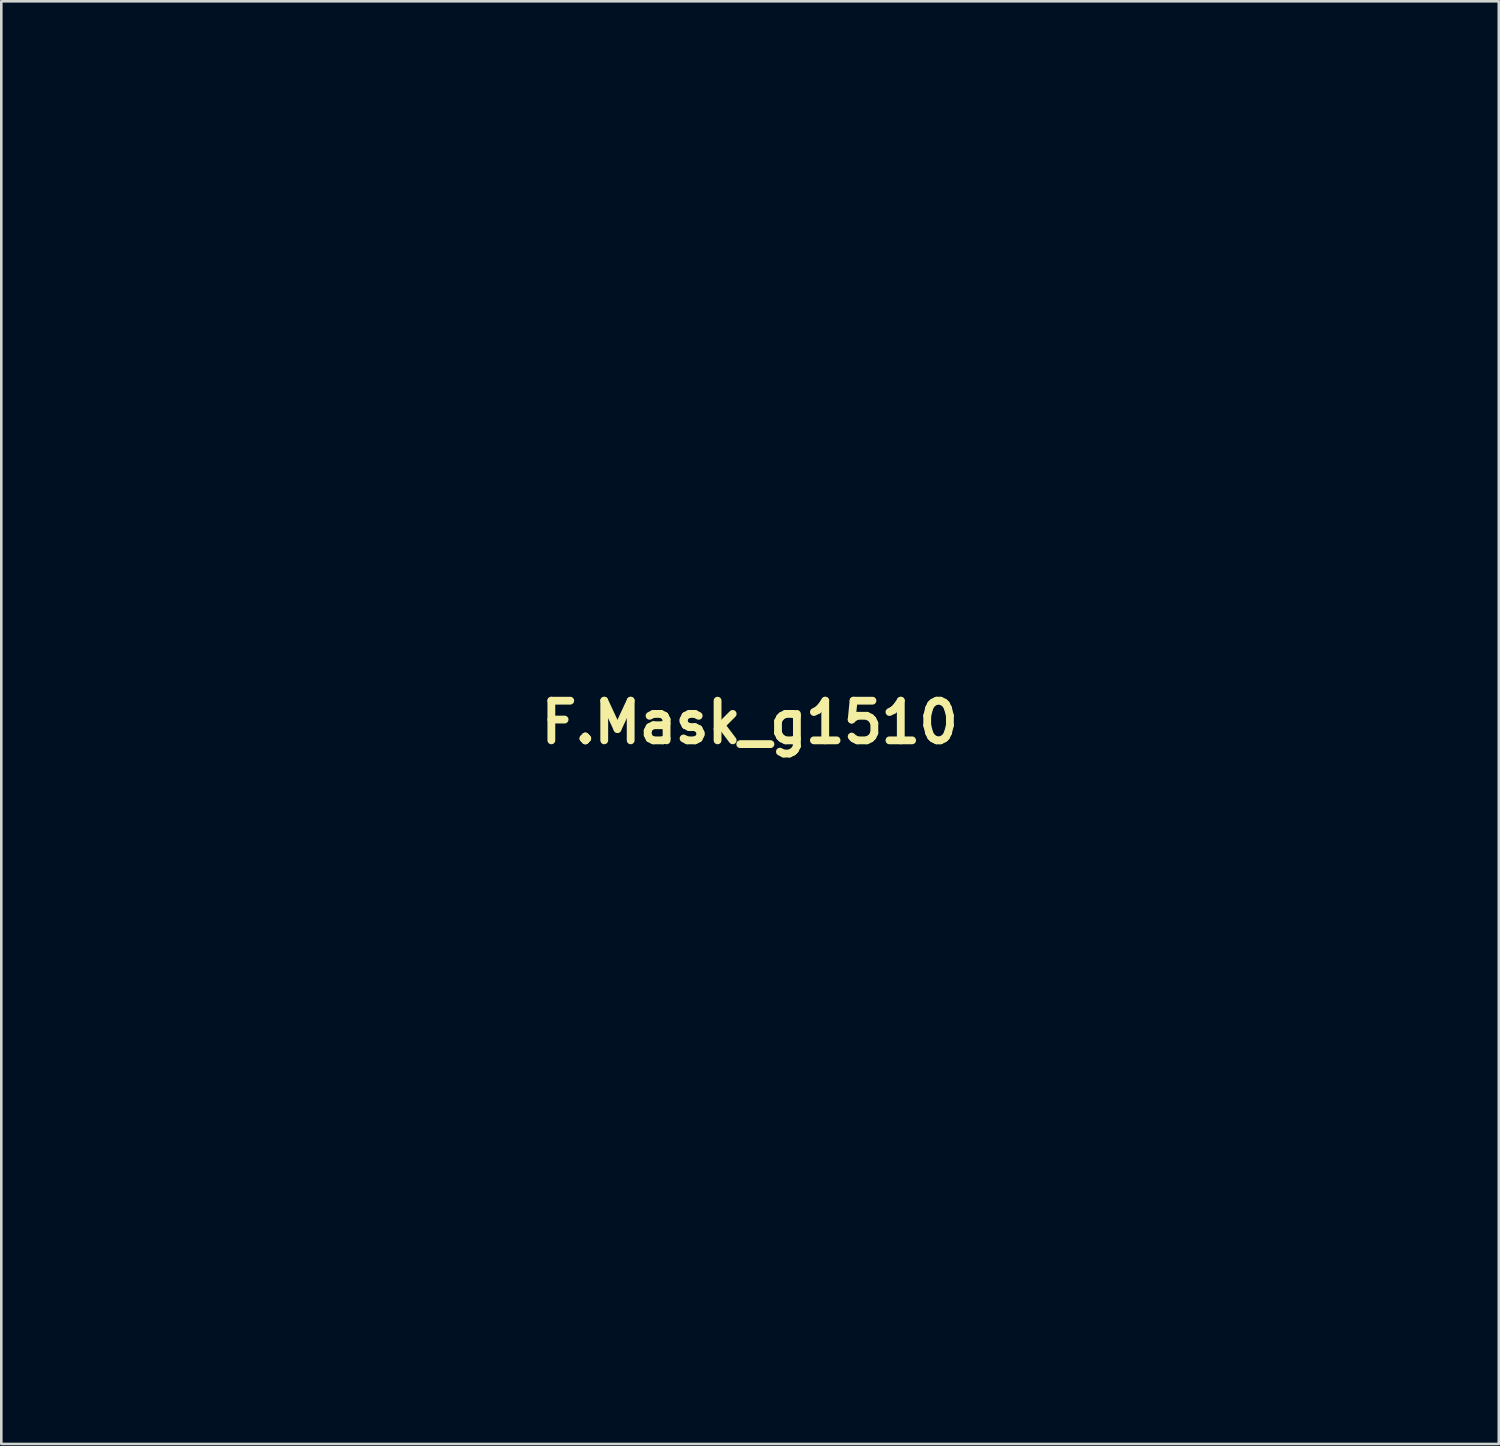
<source format=kicad_pcb>
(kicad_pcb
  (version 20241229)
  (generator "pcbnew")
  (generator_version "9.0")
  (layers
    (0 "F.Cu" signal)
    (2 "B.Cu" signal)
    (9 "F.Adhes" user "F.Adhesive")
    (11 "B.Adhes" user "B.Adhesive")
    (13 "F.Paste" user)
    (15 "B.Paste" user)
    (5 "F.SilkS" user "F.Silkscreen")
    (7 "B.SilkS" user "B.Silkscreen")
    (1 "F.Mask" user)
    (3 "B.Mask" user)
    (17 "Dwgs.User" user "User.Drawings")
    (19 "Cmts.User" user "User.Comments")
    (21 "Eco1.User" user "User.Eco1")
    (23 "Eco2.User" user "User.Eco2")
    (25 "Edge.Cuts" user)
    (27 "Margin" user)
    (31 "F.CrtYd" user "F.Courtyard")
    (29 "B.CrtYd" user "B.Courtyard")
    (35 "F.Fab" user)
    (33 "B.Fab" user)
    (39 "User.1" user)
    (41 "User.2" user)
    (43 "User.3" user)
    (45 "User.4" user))
  (footprint "F.Mask_g1510"
    (layer "F.Cu")
    (at 25.754 24.706)
    (property "Reference" "F.Mask_g1510" (at 0 0 0) (layer "F.SilkS") (effects (font (size 1.524 1.524) (thickness 0.3))))
    (attr through_hole)
    (fp_poly (pts (xy 6.287 -7.246) (xy 6.322 -7.192) (xy 6.371 -7.114) (xy 6.428 -7.019) (xy 6.491 -6.913) (xy 6.554 -6.802) (xy 6.616 -6.694) (xy 6.67 -6.594) (xy 6.715 -6.509) (xy 6.72 -6.498) (xy 6.822 -6.284) (xy 6.915 -6.064) (xy 6.996 -5.85) (xy 7.057 -5.657) (xy 7.062 -5.639) (xy 7.087 -5.542) (xy 7.104 -5.459) (xy 7.113 -5.374) (xy 7.118 -5.276) (xy 7.119 -5.149) (xy 7.119 -5.144) (xy 7.108 -4.902) (xy 7.075 -4.692) (xy 7.018 -4.51) (xy 6.935 -4.349) (xy 6.825 -4.204) (xy 6.776 -4.153) (xy 6.626 -4.03) (xy 6.435 -3.918) (xy 6.205 -3.817) (xy 5.935 -3.728) (xy 5.627 -3.65) (xy 5.307 -3.589) (xy 5.189 -3.57) (xy 5.049 -3.551) (xy 4.895 -3.531) (xy 4.734 -3.512) (xy 4.573 -3.494) (xy 4.422 -3.478) (xy 4.286 -3.465) (xy 4.173 -3.456) (xy 4.092 -3.452) (xy 4.07 -3.451) (xy 3.99 -3.452) (xy 4.073 -3.52) (xy 4.37 -3.771) (xy 4.633 -4.015) (xy 4.867 -4.26) (xy 5.08 -4.512) (xy 5.278 -4.779) (xy 5.466 -5.067) (xy 5.585 -5.268) (xy 5.749 -5.581) (xy 5.896 -5.913) (xy 6.022 -6.256) (xy 6.124 -6.599) (xy 6.199 -6.932) (xy 6.234 -7.159) (xy 6.245 -7.222) (xy 6.258 -7.262) (xy 6.268 -7.269) (xy 6.287 -7.246)) (stroke (width 0.01) (type solid)) (fill yes) (layer "F.Mask"))
    (fp_poly (pts (xy 1.384 -11.447) (xy 1.418 -11.445) (xy 1.616 -11.414) (xy 1.831 -11.351) (xy 2.011 -11.278) (xy 2.148 -11.216) (xy 1.957 -11.115) (xy 1.857 -11.06) (xy 1.752 -10.999) (xy 1.662 -10.943) (xy 1.634 -10.925) (xy 1.346 -10.707) (xy 1.065 -10.45) (xy 0.796 -10.16) (xy 0.539 -9.838) (xy 0.297 -9.49) (xy 0.074 -9.119) (xy -0.128 -8.728) (xy -0.307 -8.322) (xy -0.459 -7.905) (xy -0.467 -7.881) (xy -0.498 -7.782) (xy -0.516 -7.715) (xy -0.522 -7.671) (xy -0.517 -7.644) (xy -0.509 -7.632) (xy -0.495 -7.616) (xy -0.481 -7.605) (xy -0.463 -7.6) (xy -0.44 -7.605) (xy -0.407 -7.621) (xy -0.362 -7.649) (xy -0.303 -7.693) (xy -0.226 -7.755) (xy -0.128 -7.835) (xy -0.006 -7.937) (xy 0.143 -8.062) (xy 0.309 -8.203) (xy 0.52 -8.379) (xy 0.703 -8.532) (xy 0.866 -8.664) (xy 1.012 -8.78) (xy 1.148 -8.883) (xy 1.278 -8.978) (xy 1.406 -9.068) (xy 1.504 -9.134) (xy 1.809 -9.326) (xy 2.097 -9.479) (xy 2.368 -9.595) (xy 2.623 -9.673) (xy 2.863 -9.713) (xy 3.089 -9.716) (xy 3.301 -9.681) (xy 3.5 -9.608) (xy 3.688 -9.498) (xy 3.844 -9.371) (xy 4.092 -9.112) (xy 4.303 -8.835) (xy 4.475 -8.543) (xy 4.608 -8.236) (xy 4.702 -7.916) (xy 4.757 -7.584) (xy 4.772 -7.243) (xy 4.748 -6.893) (xy 4.683 -6.536) (xy 4.578 -6.173) (xy 4.501 -5.967) (xy 4.335 -5.597) (xy 4.149 -5.259) (xy 3.938 -4.946) (xy 3.698 -4.652) (xy 3.446 -4.392) (xy 3.151 -4.132) (xy 2.845 -3.913) (xy 2.529 -3.734) (xy 2.2 -3.594) (xy 1.859 -3.494) (xy 1.503 -3.433) (xy 1.433 -3.426) (xy 1.23 -3.414) (xy 1.036 -3.421) (xy 0.837 -3.447) (xy 0.618 -3.493) (xy 0.587 -3.501) (xy 0.28 -3.599) (xy -0.028 -3.737) (xy -0.335 -3.912) (xy -0.638 -4.121) (xy -0.933 -4.364) (xy -1.217 -4.637) (xy -1.488 -4.938) (xy -1.692 -5.196) (xy -1.746 -5.266) (xy -1.793 -5.322) (xy -1.827 -5.357) (xy -1.834 -5.362) (xy -1.874 -5.365) (xy -1.911 -5.339) (xy -1.926 -5.298) (xy -1.915 -5.258) (xy -1.885 -5.189) (xy -1.839 -5.097) (xy -1.78 -4.988) (xy -1.712 -4.869) (xy -1.639 -4.747) (xy -1.564 -4.627) (xy -1.524 -4.565) (xy -1.319 -4.279) (xy -1.095 -4.007) (xy -0.857 -3.756) (xy -0.612 -3.53) (xy -0.363 -3.335) (xy -0.117 -3.176) (xy -0.094 -3.163) (xy -0.011 -3.115) (xy 0.037 -3.082) (xy 0.053 -3.06) (xy 0.04 -3.045) (xy 0.017 -3.038) (xy -0.042 -3.025) (xy -0.136 -3.007) (xy -0.259 -2.984) (xy -0.405 -2.958) (xy -0.568 -2.929) (xy -0.741 -2.898) (xy -0.918 -2.867) (xy -1.093 -2.837) (xy -1.26 -2.809) (xy -1.411 -2.784) (xy -1.542 -2.763) (xy -1.645 -2.747) (xy -1.674 -2.743) (xy -2.041 -2.696) (xy -2.38 -2.664) (xy -2.688 -2.648) (xy -2.962 -2.647) (xy -3.201 -2.662) (xy -3.315 -2.677) (xy -3.466 -2.705) (xy -3.608 -2.741) (xy -3.731 -2.782) (xy -3.826 -2.825) (xy -3.852 -2.841) (xy -3.93 -2.91) (xy -3.989 -3.003) (xy -4.031 -3.123) (xy -4.056 -3.275) (xy -4.067 -3.462) (xy -4.067 -3.514) (xy -4.063 -3.694) (xy -4.048 -3.874) (xy -4.02 -4.064) (xy -3.978 -4.272) (xy -3.925 -4.498) (xy -3.846 -4.786) (xy -3.746 -5.105) (xy -3.627 -5.45) (xy -3.491 -5.815) (xy -3.34 -6.196) (xy -3.176 -6.588) (xy -3.001 -6.985) (xy -2.818 -7.383) (xy -2.678 -7.673) (xy -2.47 -8.073) (xy -2.25 -8.447) (xy -2.013 -8.8) (xy -1.754 -9.14) (xy -1.469 -9.473) (xy -1.151 -9.807) (xy -0.919 -10.033) (xy -0.668 -10.259) (xy -0.4 -10.48) (xy -0.12 -10.69) (xy 0.164 -10.886) (xy 0.446 -11.063) (xy 0.719 -11.216) (xy 0.977 -11.341) (xy 1.09 -11.389) (xy 1.179 -11.423) (xy 1.246 -11.442) (xy 1.309 -11.449) (xy 1.384 -11.447)) (stroke (width 0.01) (type solid)) (fill yes) (layer "F.Mask"))
    (fp_poly (pts (xy 25.621 -24.681) (xy 25.638 -24.622) (xy 25.656 -24.53) (xy 25.675 -24.407) (xy 25.695 -24.258) (xy 25.714 -24.087) (xy 25.732 -23.898) (xy 25.749 -23.695) (xy 25.761 -23.519) (xy 25.768 -23.38) (xy 25.773 -23.205) (xy 25.776 -23) (xy 25.778 -22.772) (xy 25.777 -22.528) (xy 25.776 -22.273) (xy 25.773 -22.014) (xy 25.768 -21.757) (xy 25.762 -21.509) (xy 25.755 -21.276) (xy 25.747 -21.065) (xy 25.738 -20.881) (xy 25.73 -20.765) (xy 25.693 -20.313) (xy 25.651 -19.88) (xy 25.605 -19.457) (xy 25.552 -19.032) (xy 25.49 -18.597) (xy 25.42 -18.141) (xy 25.339 -17.655) (xy 25.335 -17.632) (xy 25.175 -16.755) (xy 25.002 -15.916) (xy 24.815 -15.112) (xy 24.612 -14.34) (xy 24.394 -13.598) (xy 24.158 -12.883) (xy 23.906 -12.192) (xy 23.634 -11.522) (xy 23.344 -10.872) (xy 23.037 -10.245) (xy 22.874 -9.931) (xy 22.718 -9.651) (xy 22.566 -9.395) (xy 22.412 -9.157) (xy 22.252 -8.928) (xy 22.081 -8.702) (xy 21.897 -8.474) (xy 21.592 -8.129) (xy 21.262 -7.796) (xy 20.91 -7.478) (xy 20.54 -7.176) (xy 20.156 -6.892) (xy 19.76 -6.629) (xy 19.357 -6.389) (xy 18.951 -6.175) (xy 18.545 -5.987) (xy 18.142 -5.828) (xy 17.747 -5.702) (xy 17.362 -5.608) (xy 16.992 -5.551) (xy 16.965 -5.548) (xy 16.841 -5.538) (xy 16.696 -5.528) (xy 16.541 -5.521) (xy 16.388 -5.516) (xy 16.248 -5.514) (xy 16.131 -5.514) (xy 16.066 -5.517) (xy 15.571 -5.564) (xy 15.102 -5.644) (xy 14.657 -5.757) (xy 14.233 -5.905) (xy 13.827 -6.088) (xy 13.437 -6.306) (xy 13.061 -6.562) (xy 12.922 -6.668) (xy 12.808 -6.764) (xy 12.677 -6.884) (xy 12.537 -7.02) (xy 12.396 -7.163) (xy 12.263 -7.305) (xy 12.145 -7.438) (xy 12.066 -7.535) (xy 11.768 -7.954) (xy 11.5 -8.402) (xy 11.262 -8.879) (xy 11.055 -9.385) (xy 10.877 -9.921) (xy 10.828 -10.097) (xy 10.791 -10.233) (xy 10.758 -10.37) (xy 10.727 -10.5) (xy 10.702 -10.617) (xy 10.684 -10.713) (xy 10.673 -10.782) (xy 10.672 -10.817) (xy 10.672 -10.818) (xy 10.682 -10.81) (xy 10.703 -10.77) (xy 10.732 -10.704) (xy 10.751 -10.654) (xy 10.912 -10.282) (xy 11.112 -9.914) (xy 11.344 -9.557) (xy 11.606 -9.218) (xy 11.862 -8.935) (xy 12.208 -8.609) (xy 12.571 -8.321) (xy 12.951 -8.071) (xy 13.351 -7.858) (xy 13.772 -7.681) (xy 14.215 -7.54) (xy 14.682 -7.434) (xy 14.725 -7.426) (xy 14.816 -7.411) (xy 14.901 -7.399) (xy 14.987 -7.39) (xy 15.081 -7.384) (xy 15.192 -7.38) (xy 15.327 -7.378) (xy 15.495 -7.377) (xy 15.547 -7.377) (xy 15.738 -7.378) (xy 15.893 -7.38) (xy 16.021 -7.384) (xy 16.129 -7.391) (xy 16.224 -7.4) (xy 16.313 -7.412) (xy 16.33 -7.415) (xy 16.803 -7.514) (xy 17.256 -7.65) (xy 17.689 -7.823) (xy 18.102 -8.033) (xy 18.493 -8.279) (xy 18.863 -8.562) (xy 19.209 -8.879) (xy 19.528 -9.226) (xy 19.81 -9.596) (xy 20.056 -9.988) (xy 20.266 -10.401) (xy 20.439 -10.834) (xy 20.575 -11.287) (xy 20.673 -11.758) (xy 20.686 -11.847) (xy 20.696 -11.94) (xy 20.703 -12.045) (xy 20.708 -12.169) (xy 20.71 -12.32) (xy 20.711 -12.504) (xy 20.711 -12.541) (xy 20.71 -12.719) (xy 20.709 -12.862) (xy 20.705 -12.979) (xy 20.7 -13.077) (xy 20.692 -13.164) (xy 20.681 -13.248) (xy 20.667 -13.337) (xy 20.662 -13.363) (xy 20.557 -13.835) (xy 20.416 -14.287) (xy 20.238 -14.717) (xy 20.023 -15.127) (xy 19.773 -15.514) (xy 19.487 -15.879) (xy 19.217 -16.169) (xy 19.11 -16.273) (xy 18.988 -16.384) (xy 18.861 -16.495) (xy 18.736 -16.599) (xy 18.623 -16.689) (xy 18.528 -16.757) (xy 18.508 -16.771) (xy 18.464 -16.803) (xy 18.442 -16.826) (xy 18.442 -16.83) (xy 18.459 -16.848) (xy 18.503 -16.886) (xy 18.566 -16.94) (xy 18.637 -16.998) (xy 18.864 -17.188) (xy 19.099 -17.394) (xy 19.336 -17.611) (xy 19.569 -17.832) (xy 19.791 -18.051) (xy 19.996 -18.261) (xy 20.177 -18.457) (xy 20.269 -18.563) (xy 20.578 -18.945) (xy 20.846 -19.318) (xy 21.075 -19.684) (xy 21.265 -20.043) (xy 21.417 -20.397) (xy 21.531 -20.748) (xy 21.571 -20.904) (xy 21.591 -21.005) (xy 21.606 -21.104) (xy 21.615 -21.214) (xy 21.62 -21.346) (xy 21.623 -21.46) (xy 21.626 -21.807) (xy 21.836 -21.986) (xy 22.29 -22.372) (xy 22.719 -22.727) (xy 23.126 -23.053) (xy 23.513 -23.354) (xy 23.884 -23.63) (xy 24.242 -23.884) (xy 24.587 -24.118) (xy 24.892 -24.314) (xy 25.013 -24.388) (xy 25.137 -24.461) (xy 25.259 -24.53) (xy 25.371 -24.592) (xy 25.468 -24.643) (xy 25.545 -24.68) (xy 25.594 -24.699) (xy 25.605 -24.701) (xy 25.621 -24.681)) (stroke (width 0.01) (type solid)) (fill yes) (layer "F.Mask"))
    (fp_poly (pts (xy -24.892 -20.773) (xy -24.816 -20.77) (xy -24.739 -20.763) (xy -24.659 -20.75) (xy -24.573 -20.731) (xy -24.475 -20.705) (xy -24.365 -20.669) (xy -24.238 -20.623) (xy -24.09 -20.566) (xy -23.919 -20.496) (xy -23.721 -20.413) (xy -23.493 -20.315) (xy -23.232 -20.201) (xy -23.086 -20.137) (xy -22.917 -20.063) (xy -22.755 -19.993) (xy -22.604 -19.927) (xy -22.471 -19.869) (xy -22.36 -19.822) (xy -22.278 -19.787) (xy -22.236 -19.77) (xy -22.024 -19.692) (xy -21.782 -19.614) (xy -21.522 -19.538) (xy -21.256 -19.468) (xy -20.994 -19.408) (xy -20.871 -19.382) (xy -20.796 -19.366) (xy -20.752 -19.35) (xy -20.728 -19.326) (xy -20.711 -19.288) (xy -20.709 -19.282) (xy -20.553 -18.856) (xy -20.387 -18.464) (xy -20.205 -18.097) (xy -20.004 -17.747) (xy -19.779 -17.406) (xy -19.526 -17.065) (xy -19.464 -16.987) (xy -19.325 -16.823) (xy -19.16 -16.641) (xy -18.977 -16.45) (xy -18.782 -16.257) (xy -18.584 -16.069) (xy -18.391 -15.894) (xy -18.21 -15.74) (xy -18.153 -15.694) (xy -18.072 -15.629) (xy -18.259 -15.493) (xy -18.632 -15.197) (xy -18.973 -14.874) (xy -19.282 -14.524) (xy -19.557 -14.149) (xy -19.797 -13.752) (xy -20.002 -13.333) (xy -20.17 -12.894) (xy -20.234 -12.689) (xy -20.272 -12.542) (xy -20.311 -12.367) (xy -20.349 -12.175) (xy -20.381 -11.982) (xy -20.387 -11.949) (xy -20.398 -11.845) (xy -20.406 -11.709) (xy -20.412 -11.549) (xy -20.414 -11.375) (xy -20.414 -11.197) (xy -20.411 -11.024) (xy -20.405 -10.865) (xy -20.397 -10.73) (xy -20.386 -10.636) (xy -20.296 -10.163) (xy -20.169 -9.707) (xy -20.006 -9.271) (xy -19.807 -8.856) (xy -19.576 -8.463) (xy -19.312 -8.094) (xy -19.017 -7.751) (xy -18.692 -7.435) (xy -18.339 -7.148) (xy -17.959 -6.891) (xy -17.553 -6.666) (xy -17.121 -6.475) (xy -17.065 -6.454) (xy -16.648 -6.317) (xy -16.214 -6.217) (xy -15.771 -6.155) (xy -15.322 -6.13) (xy -14.874 -6.142) (xy -14.431 -6.193) (xy -14 -6.282) (xy -13.985 -6.286) (xy -13.536 -6.423) (xy -13.105 -6.598) (xy -12.694 -6.81) (xy -12.304 -7.058) (xy -11.937 -7.34) (xy -11.597 -7.655) (xy -11.556 -7.696) (xy -11.241 -8.053) (xy -10.962 -8.429) (xy -10.721 -8.826) (xy -10.517 -9.244) (xy -10.35 -9.68) (xy -10.221 -10.136) (xy -10.146 -10.509) (xy -10.128 -10.654) (xy -10.115 -10.83) (xy -10.107 -11.03) (xy -10.104 -11.242) (xy -10.106 -11.458) (xy -10.113 -11.668) (xy -10.124 -11.862) (xy -10.141 -12.031) (xy -10.156 -12.13) (xy -10.18 -12.257) (xy -10.209 -12.392) (xy -10.24 -12.525) (xy -10.27 -12.646) (xy -10.297 -12.745) (xy -10.319 -12.81) (xy -10.319 -12.841) (xy -10.284 -12.856) (xy -10.129 -12.887) (xy -10.005 -12.914) (xy -9.904 -12.937) (xy -9.814 -12.961) (xy -9.727 -12.986) (xy -9.646 -13.012) (xy -9.535 -13.052) (xy -9.404 -13.105) (xy -9.269 -13.164) (xy -9.155 -13.219) (xy -9.048 -13.272) (xy -8.973 -13.307) (xy -8.925 -13.325) (xy -8.896 -13.33) (xy -8.883 -13.322) (xy -8.882 -13.317) (xy -8.871 -13.28) (xy -8.852 -13.216) (xy -8.83 -13.138) (xy -8.829 -13.134) (xy -8.769 -12.912) (xy -8.711 -12.657) (xy -8.656 -12.382) (xy -8.605 -12.096) (xy -8.561 -11.81) (xy -8.526 -11.534) (xy -8.518 -11.457) (xy -8.502 -11.265) (xy -8.491 -11.044) (xy -8.484 -10.803) (xy -8.482 -10.555) (xy -8.485 -10.309) (xy -8.492 -10.076) (xy -8.504 -9.865) (xy -8.517 -9.723) (xy -8.595 -9.169) (xy -8.705 -8.641) (xy -8.847 -8.139) (xy -9.022 -7.664) (xy -9.229 -7.216) (xy -9.467 -6.796) (xy -9.738 -6.402) (xy -10.04 -6.037) (xy -10.226 -5.842) (xy -10.512 -5.576) (xy -10.814 -5.335) (xy -11.135 -5.119) (xy -11.477 -4.925) (xy -11.843 -4.753) (xy -12.234 -4.602) (xy -12.654 -4.471) (xy -13.105 -4.359) (xy -13.589 -4.265) (xy -14.109 -4.188) (xy -14.367 -4.158) (xy -14.463 -4.149) (xy -14.59 -4.141) (xy -14.743 -4.134) (xy -14.911 -4.128) (xy -15.089 -4.122) (xy -15.269 -4.118) (xy -15.442 -4.115) (xy -15.602 -4.113) (xy -15.74 -4.114) (xy -15.849 -4.116) (xy -15.907 -4.119) (xy -16.433 -4.176) (xy -16.93 -4.26) (xy -17.403 -4.372) (xy -17.857 -4.514) (xy -18.298 -4.687) (xy -18.68 -4.868) (xy -18.944 -5.009) (xy -19.198 -5.158) (xy -19.447 -5.32) (xy -19.701 -5.5) (xy -19.965 -5.704) (xy -20.238 -5.927) (xy -20.828 -6.445) (xy -21.379 -6.978) (xy -21.892 -7.528) (xy -22.367 -8.095) (xy -22.806 -8.68) (xy -23.209 -9.285) (xy -23.576 -9.911) (xy -23.91 -10.559) (xy -24.211 -11.229) (xy -24.267 -11.367) (xy -24.399 -11.711) (xy -24.532 -12.093) (xy -24.664 -12.507) (xy -24.794 -12.947) (xy -24.921 -13.407) (xy -25.043 -13.883) (xy -25.159 -14.369) (xy -25.269 -14.86) (xy -25.369 -15.35) (xy -25.46 -15.835) (xy -25.54 -16.308) (xy -25.607 -16.764) (xy -25.621 -16.87) (xy -25.653 -17.122) (xy -25.679 -17.342) (xy -25.7 -17.537) (xy -25.717 -17.718) (xy -25.729 -17.891) (xy -25.738 -18.067) (xy -25.744 -18.253) (xy -25.747 -18.458) (xy -25.749 -18.692) (xy -25.749 -18.86) (xy -25.749 -19.074) (xy -25.748 -19.251) (xy -25.747 -19.396) (xy -25.745 -19.515) (xy -25.742 -19.612) (xy -25.737 -19.694) (xy -25.731 -19.764) (xy -25.723 -19.828) (xy -25.713 -19.893) (xy -25.703 -19.951) (xy -25.664 -20.138) (xy -25.621 -20.289) (xy -25.569 -20.41) (xy -25.505 -20.508) (xy -25.425 -20.588) (xy -25.325 -20.657) (xy -25.235 -20.706) (xy -25.165 -20.739) (xy -25.108 -20.759) (xy -25.049 -20.769) (xy -24.975 -20.773) (xy -24.892 -20.773)) (stroke (width 0.01) (type solid)) (fill yes) (layer "F.Mask"))
    (fp_poly (pts (xy 11.188 0.171) (xy 11.28 0.175) (xy 11.396 0.182) (xy 11.531 0.191) (xy 11.68 0.202) (xy 11.835 0.215) (xy 11.991 0.23) (xy 12.143 0.244) (xy 12.245 0.255) (xy 12.714 0.314) (xy 13.153 0.384) (xy 13.56 0.465) (xy 13.934 0.557) (xy 14.273 0.659) (xy 14.576 0.77) (xy 14.841 0.89) (xy 15.066 1.019) (xy 15.16 1.083) (xy 15.321 1.218) (xy 15.49 1.391) (xy 15.668 1.599) (xy 15.85 1.84) (xy 16.037 2.111) (xy 16.225 2.41) (xy 16.412 2.733) (xy 16.598 3.079) (xy 16.68 3.239) (xy 17 3.925) (xy 17.284 4.633) (xy 17.534 5.363) (xy 17.746 6.112) (xy 17.923 6.879) (xy 18.063 7.662) (xy 18.165 8.46) (xy 18.227 9.218) (xy 18.234 9.396) (xy 18.239 9.606) (xy 18.242 9.84) (xy 18.241 10.089) (xy 18.238 10.345) (xy 18.233 10.6) (xy 18.226 10.846) (xy 18.216 11.072) (xy 18.204 11.272) (xy 18.193 11.409) (xy 18.096 12.242) (xy 17.96 13.06) (xy 17.784 13.865) (xy 17.568 14.658) (xy 17.312 15.441) (xy 17.075 16.066) (xy 16.963 16.347) (xy 16.636 16.462) (xy 16.195 16.61) (xy 15.723 16.757) (xy 15.23 16.902) (xy 14.726 17.039) (xy 14.223 17.168) (xy 13.732 17.284) (xy 13.262 17.386) (xy 13.102 17.418) (xy 12.953 17.446) (xy 12.794 17.475) (xy 12.633 17.504) (xy 12.476 17.532) (xy 12.329 17.557) (xy 12.197 17.578) (xy 12.088 17.595) (xy 12.008 17.606) (xy 11.962 17.61) (xy 11.959 17.61) (xy 11.936 17.607) (xy 11.917 17.595) (xy 11.9 17.565) (xy 11.88 17.511) (xy 11.855 17.427) (xy 11.839 17.371) (xy 11.693 16.926) (xy 11.506 16.489) (xy 11.281 16.065) (xy 11.018 15.656) (xy 10.961 15.576) (xy 10.831 15.428) (xy 10.688 15.319) (xy 10.53 15.251) (xy 10.358 15.222) (xy 10.252 15.224) (xy 10.086 15.257) (xy 9.936 15.325) (xy 9.805 15.421) (xy 9.698 15.542) (xy 9.617 15.682) (xy 9.568 15.835) (xy 9.554 15.996) (xy 9.576 16.148) (xy 9.599 16.218) (xy 9.635 16.297) (xy 9.689 16.393) (xy 9.764 16.512) (xy 9.798 16.564) (xy 10.005 16.899) (xy 10.172 17.225) (xy 10.302 17.546) (xy 10.396 17.867) (xy 10.455 18.192) (xy 10.48 18.525) (xy 10.473 18.87) (xy 10.43 19.225) (xy 10.345 19.588) (xy 10.219 19.96) (xy 10.051 20.341) (xy 10.03 20.384) (xy 9.782 20.833) (xy 9.497 21.263) (xy 9.175 21.674) (xy 8.818 22.064) (xy 8.426 22.431) (xy 8.002 22.776) (xy 7.545 23.097) (xy 7.057 23.394) (xy 6.657 23.606) (xy 6.106 23.86) (xy 5.526 24.084) (xy 4.919 24.278) (xy 4.289 24.442) (xy 3.638 24.573) (xy 2.985 24.671) (xy 2.896 24.679) (xy 2.773 24.687) (xy 2.621 24.694) (xy 2.447 24.701) (xy 2.26 24.706) (xy 2.065 24.711) (xy 1.87 24.714) (xy 1.682 24.717) (xy 1.507 24.717) (xy 1.353 24.716) (xy 1.227 24.714) (xy 1.135 24.709) (xy 1.132 24.709) (xy 0.969 24.693) (xy 0.777 24.67) (xy 0.57 24.641) (xy 0.359 24.609) (xy 0.159 24.575) (xy -0.013 24.542) (xy -0.301 24.48) (xy -0.554 24.418) (xy -0.776 24.354) (xy -0.974 24.286) (xy -1.155 24.212) (xy -1.259 24.163) (xy -1.568 23.997) (xy -1.886 23.799) (xy -2.208 23.572) (xy -2.528 23.323) (xy -2.84 23.056) (xy -3.138 22.778) (xy -3.415 22.493) (xy -3.666 22.206) (xy -3.885 21.924) (xy -3.959 21.817) (xy -4.024 21.714) (xy -4.097 21.585) (xy -4.174 21.441) (xy -4.249 21.292) (xy -4.318 21.147) (xy -4.375 21.017) (xy -4.416 20.911) (xy -4.422 20.895) (xy -4.463 20.743) (xy -4.495 20.571) (xy -4.517 20.374) (xy -4.531 20.148) (xy -4.536 19.885) (xy -4.536 19.854) (xy -4.526 19.476) (xy -4.495 19.129) (xy -4.44 18.809) (xy -4.36 18.508) (xy -4.255 18.223) (xy -4.121 17.947) (xy -4.002 17.741) (xy -3.927 17.591) (xy -3.886 17.439) (xy -3.88 17.294) (xy -3.882 17.273) (xy -3.926 17.09) (xy -4.004 16.93) (xy -4.113 16.796) (xy -4.251 16.691) (xy -4.415 16.618) (xy -4.465 16.604) (xy -4.633 16.582) (xy -4.802 16.6) (xy -4.963 16.657) (xy -5.111 16.751) (xy -5.114 16.754) (xy -5.218 16.857) (xy -5.325 16.997) (xy -5.432 17.168) (xy -5.538 17.365) (xy -5.638 17.582) (xy -5.731 17.815) (xy -5.813 18.058) (xy -5.855 18.202) (xy -5.878 18.291) (xy -5.904 18.398) (xy -5.93 18.515) (xy -5.956 18.632) (xy -5.979 18.742) (xy -5.997 18.836) (xy -6.008 18.904) (xy -6.011 18.936) (xy -6.03 18.937) (xy -6.079 18.935) (xy -6.122 18.932) (xy -6.173 18.928) (xy -6.26 18.921) (xy -6.374 18.912) (xy -6.51 18.902) (xy -6.661 18.891) (xy -6.805 18.88) (xy -7.093 18.857) (xy -7.406 18.831) (xy -7.732 18.801) (xy -8.058 18.771) (xy -8.371 18.739) (xy -8.659 18.709) (xy -8.742 18.7) (xy -8.893 18.682) (xy -9.065 18.662) (xy -9.254 18.639) (xy -9.454 18.614) (xy -9.66 18.588) (xy -9.868 18.561) (xy -10.073 18.534) (xy -10.269 18.509) (xy -10.452 18.484) (xy -10.617 18.462) (xy -10.76 18.442) (xy -10.874 18.425) (xy -10.956 18.412) (xy -10.998 18.405) (xy -11.038 18.377) (xy -11.073 18.32) (xy -11.075 18.315) (xy -11.095 18.27) (xy -11.128 18.195) (xy -11.172 18.096) (xy -11.223 17.983) (xy -11.271 17.875) (xy -11.498 17.354) (xy -11.712 16.821) (xy -11.912 16.28) (xy -12.097 15.738) (xy -12.265 15.2) (xy -12.413 14.671) (xy -12.54 14.158) (xy -12.645 13.666) (xy -12.726 13.2) (xy -12.74 13.102) (xy -12.76 12.96) (xy -12.777 12.831) (xy -12.791 12.709) (xy -12.804 12.588) (xy -12.815 12.46) (xy -12.826 12.32) (xy -12.837 12.161) (xy -12.849 11.976) (xy -12.861 11.758) (xy -12.868 11.631) (xy -12.875 11.505) (xy -5.554 11.505) (xy -5.533 11.792) (xy -5.486 12.091) (xy -5.413 12.39) (xy -5.318 12.681) (xy -5.202 12.956) (xy -5.093 13.161) (xy -4.918 13.422) (xy -4.718 13.654) (xy -4.495 13.856) (xy -4.254 14.024) (xy -3.997 14.156) (xy -3.727 14.25) (xy -3.63 14.274) (xy -3.506 14.292) (xy -3.355 14.303) (xy -3.192 14.306) (xy -3.031 14.301) (xy -2.887 14.287) (xy -2.824 14.277) (xy -2.719 14.253) (xy -2.583 14.214) (xy -2.424 14.165) (xy -2.25 14.107) (xy -2.069 14.043) (xy -1.889 13.976) (xy -1.718 13.908) (xy -1.651 13.881) (xy -1.563 13.842) (xy -1.444 13.787) (xy -1.3 13.719) (xy -1.136 13.64) (xy -0.959 13.554) (xy -0.774 13.462) (xy -0.588 13.37) (xy -0.54 13.345) (xy -0.328 13.238) (xy -0.093 13.119) (xy 0.155 12.994) (xy 0.405 12.867) (xy 0.646 12.745) (xy 0.869 12.633) (xy 1.016 12.558) (xy 1.273 12.429) (xy 1.497 12.318) (xy 1.695 12.222) (xy 1.87 12.14) (xy 2.029 12.07) (xy 2.175 12.009) (xy 2.314 11.954) (xy 2.451 11.904) (xy 2.551 11.87) (xy 2.657 11.834) (xy 2.736 11.811) (xy 2.8 11.797) (xy 2.86 11.792) (xy 2.929 11.792) (xy 3.018 11.797) (xy 3.15 11.808) (xy 3.282 11.823) (xy 3.419 11.846) (xy 3.566 11.875) (xy 3.727 11.914) (xy 3.907 11.963) (xy 4.112 12.023) (xy 4.345 12.096) (xy 4.613 12.182) (xy 4.67 12.201) (xy 5.034 12.316) (xy 5.364 12.413) (xy 5.663 12.491) (xy 5.937 12.552) (xy 6.189 12.596) (xy 6.423 12.623) (xy 6.643 12.634) (xy 6.853 12.629) (xy 7.057 12.609) (xy 7.259 12.574) (xy 7.398 12.542) (xy 7.657 12.46) (xy 7.926 12.348) (xy 8.194 12.21) (xy 8.452 12.053) (xy 8.689 11.881) (xy 8.894 11.701) (xy 8.912 11.684) (xy 9.125 11.442) (xy 9.303 11.177) (xy 9.445 10.892) (xy 9.548 10.589) (xy 9.611 10.288) (xy 9.621 10.179) (xy 9.626 10.041) (xy 9.627 9.886) (xy 9.622 9.723) (xy 9.614 9.566) (xy 9.601 9.424) (xy 9.585 9.31) (xy 9.579 9.28) (xy 9.547 9.152) (xy 9.5 8.995) (xy 9.445 8.823) (xy 9.383 8.645) (xy 9.32 8.472) (xy 9.258 8.316) (xy 9.202 8.187) (xy 9.196 8.175) (xy 8.971 7.748) (xy 8.707 7.331) (xy 8.407 6.926) (xy 8.074 6.537) (xy 7.712 6.166) (xy 7.322 5.815) (xy 6.908 5.488) (xy 6.473 5.186) (xy 6.019 4.914) (xy 5.551 4.673) (xy 5.301 4.561) (xy 4.831 4.38) (xy 4.353 4.233) (xy 3.871 4.122) (xy 3.39 4.046) (xy 2.913 4.007) (xy 2.444 4.005) (xy 1.987 4.04) (xy 1.831 4.061) (xy 1.379 4.149) (xy 0.916 4.276) (xy 0.446 4.438) (xy -0.028 4.636) (xy -0.503 4.867) (xy -0.976 5.129) (xy -1.444 5.421) (xy -1.903 5.741) (xy -2.351 6.088) (xy -2.784 6.458) (xy -3.119 6.772) (xy -3.481 7.144) (xy -3.82 7.529) (xy -4.133 7.923) (xy -4.419 8.323) (xy -4.674 8.724) (xy -4.896 9.124) (xy -5.082 9.517) (xy -5.206 9.832) (xy -5.246 9.952) (xy -5.29 10.099) (xy -5.335 10.266) (xy -5.381 10.443) (xy -5.425 10.624) (xy -5.465 10.799) (xy -5.499 10.96) (xy -5.526 11.1) (xy -5.542 11.21) (xy -5.545 11.236) (xy -5.554 11.505) (xy -12.875 11.505) (xy -12.896 11.114) (xy -12.918 10.636) (xy -12.935 10.193) (xy -12.947 9.784) (xy -12.954 9.405) (xy -12.956 9.053) (xy -12.953 8.725) (xy -12.944 8.419) (xy -12.931 8.13) (xy -12.912 7.856) (xy -12.889 7.595) (xy -12.879 7.504) (xy -12.811 6.999) (xy -12.72 6.53) (xy -12.606 6.094) (xy -12.467 5.691) (xy -12.304 5.318) (xy -12.115 4.975) (xy -11.898 4.659) (xy -11.654 4.369) (xy -11.381 4.105) (xy -11.078 3.864) (xy -10.745 3.644) (xy -10.38 3.446) (xy -10.277 3.396) (xy -10.176 3.351) (xy -10.047 3.297) (xy -9.903 3.239) (xy -9.756 3.182) (xy -9.649 3.142) (xy -9.521 3.097) (xy -9.374 3.045) (xy -9.212 2.988) (xy -9.04 2.929) (xy -8.862 2.868) (xy -8.683 2.808) (xy -8.507 2.749) (xy -8.34 2.693) (xy -8.184 2.641) (xy -8.046 2.596) (xy -7.929 2.559) (xy -7.838 2.53) (xy -7.777 2.513) (xy -7.752 2.507) (xy -7.752 2.507) (xy -7.761 2.526) (xy -7.794 2.57) (xy -7.845 2.633) (xy -7.911 2.711) (xy -7.931 2.735) (xy -8.123 2.959) (xy -8.335 3.21) (xy -8.561 3.482) (xy -8.798 3.771) (xy -9.041 4.071) (xy -9.286 4.377) (xy -9.53 4.682) (xy -9.767 4.983) (xy -9.993 5.274) (xy -10.205 5.549) (xy -10.398 5.803) (xy -10.567 6.03) (xy -10.576 6.043) (xy -10.8 6.352) (xy -10.997 6.633) (xy -11.17 6.887) (xy -11.32 7.118) (xy -11.449 7.329) (xy -11.559 7.523) (xy -11.641 7.68) (xy -11.714 7.83) (xy -11.767 7.952) (xy -11.804 8.054) (xy -11.827 8.145) (xy -11.839 8.234) (xy -11.842 8.32) (xy -11.84 8.408) (xy -11.832 8.469) (xy -11.814 8.519) (xy -11.783 8.57) (xy -11.711 8.652) (xy -11.607 8.733) (xy -11.482 8.806) (xy -11.346 8.864) (xy -11.314 8.875) (xy -11.257 8.892) (xy -11.202 8.904) (xy -11.14 8.912) (xy -11.065 8.917) (xy -10.968 8.92) (xy -10.84 8.921) (xy -10.763 8.921) (xy -10.614 8.92) (xy -10.497 8.917) (xy -10.401 8.912) (xy -10.317 8.903) (xy -10.234 8.889) (xy -10.142 8.87) (xy -10.101 8.861) (xy -9.718 8.762) (xy -9.314 8.63) (xy -8.888 8.465) (xy -8.439 8.267) (xy -7.966 8.035) (xy -7.469 7.77) (xy -6.948 7.471) (xy -6.874 7.427) (xy -6.252 7.04) (xy -5.66 6.644) (xy -5.1 6.237) (xy -4.572 5.823) (xy -4.078 5.401) (xy -3.618 4.973) (xy -3.194 4.539) (xy -2.807 4.102) (xy -2.457 3.661) (xy -2.146 3.218) (xy -1.875 2.774) (xy -1.645 2.33) (xy -1.585 2.198) (xy -1.52 2.044) (xy -1.454 1.872) (xy -1.39 1.69) (xy -1.332 1.512) (xy -1.282 1.346) (xy -1.245 1.204) (xy -1.237 1.164) (xy -1.217 1.08) (xy -1.198 1.01) (xy -1.181 0.967) (xy -1.177 0.96) (xy -1.148 0.949) (xy -1.082 0.935) (xy -0.98 0.916) (xy -0.847 0.894) (xy -0.686 0.869) (xy -0.501 0.842) (xy -0.295 0.813) (xy -0.072 0.782) (xy 0.165 0.751) (xy 0.412 0.719) (xy 0.665 0.687) (xy 0.922 0.656) (xy 1.178 0.626) (xy 1.43 0.597) (xy 1.556 0.583) (xy 1.718 0.566) (xy 1.902 0.547) (xy 2.106 0.527) (xy 2.326 0.506) (xy 2.558 0.484) (xy 2.798 0.462) (xy 3.042 0.44) (xy 3.288 0.418) (xy 3.531 0.396) (xy 3.768 0.376) (xy 3.994 0.356) (xy 4.207 0.338) (xy 4.403 0.322) (xy 4.578 0.309) (xy 4.728 0.297) (xy 4.85 0.289) (xy 4.94 0.283) (xy 4.994 0.281) (xy 5.01 0.283) (xy 5.015 0.305) (xy 5.024 0.36) (xy 5.035 0.441) (xy 5.048 0.539) (xy 5.049 0.541) (xy 5.119 0.956) (xy 5.218 1.346) (xy 5.351 1.719) (xy 5.517 2.08) (xy 5.721 2.433) (xy 5.964 2.786) (xy 6.018 2.857) (xy 6.394 3.329) (xy 6.804 3.803) (xy 7.238 4.273) (xy 7.69 4.731) (xy 8.152 5.168) (xy 8.615 5.576) (xy 8.731 5.674) (xy 9.03 5.914) (xy 9.351 6.158) (xy 9.682 6.397) (xy 10.012 6.623) (xy 10.329 6.828) (xy 10.398 6.87) (xy 10.838 7.131) (xy 11.252 7.357) (xy 11.641 7.551) (xy 12.006 7.711) (xy 12.346 7.839) (xy 12.661 7.933) (xy 12.953 7.995) (xy 13.221 8.024) (xy 13.311 8.027) (xy 13.528 8.016) (xy 13.72 7.981) (xy 13.884 7.924) (xy 14.018 7.846) (xy 14.118 7.748) (xy 14.183 7.632) (xy 14.185 7.627) (xy 14.198 7.567) (xy 14.207 7.472) (xy 14.212 7.34) (xy 14.213 7.207) (xy 14.211 7.061) (xy 14.206 6.942) (xy 14.197 6.838) (xy 14.182 6.733) (xy 14.159 6.614) (xy 14.154 6.588) (xy 14.057 6.18) (xy 13.931 5.746) (xy 13.777 5.288) (xy 13.598 4.811) (xy 13.393 4.317) (xy 13.166 3.809) (xy 12.917 3.29) (xy 12.648 2.764) (xy 12.359 2.233) (xy 12.054 1.702) (xy 11.733 1.172) (xy 11.397 0.647) (xy 11.341 0.563) (xy 11.268 0.451) (xy 11.204 0.351) (xy 11.153 0.269) (xy 11.118 0.209) (xy 11.102 0.177) (xy 11.102 0.173) (xy 11.127 0.17) (xy 11.188 0.171)) (stroke (width 0.01) (type solid)) (fill yes) (layer "F.Mask")))
  (gr_rect
    (start -3 -3)
    (end 54.536 52.429)
    (stroke (width 0.1) (type default))
    (fill no)
    (layer "Edge.Cuts")))
</source>
